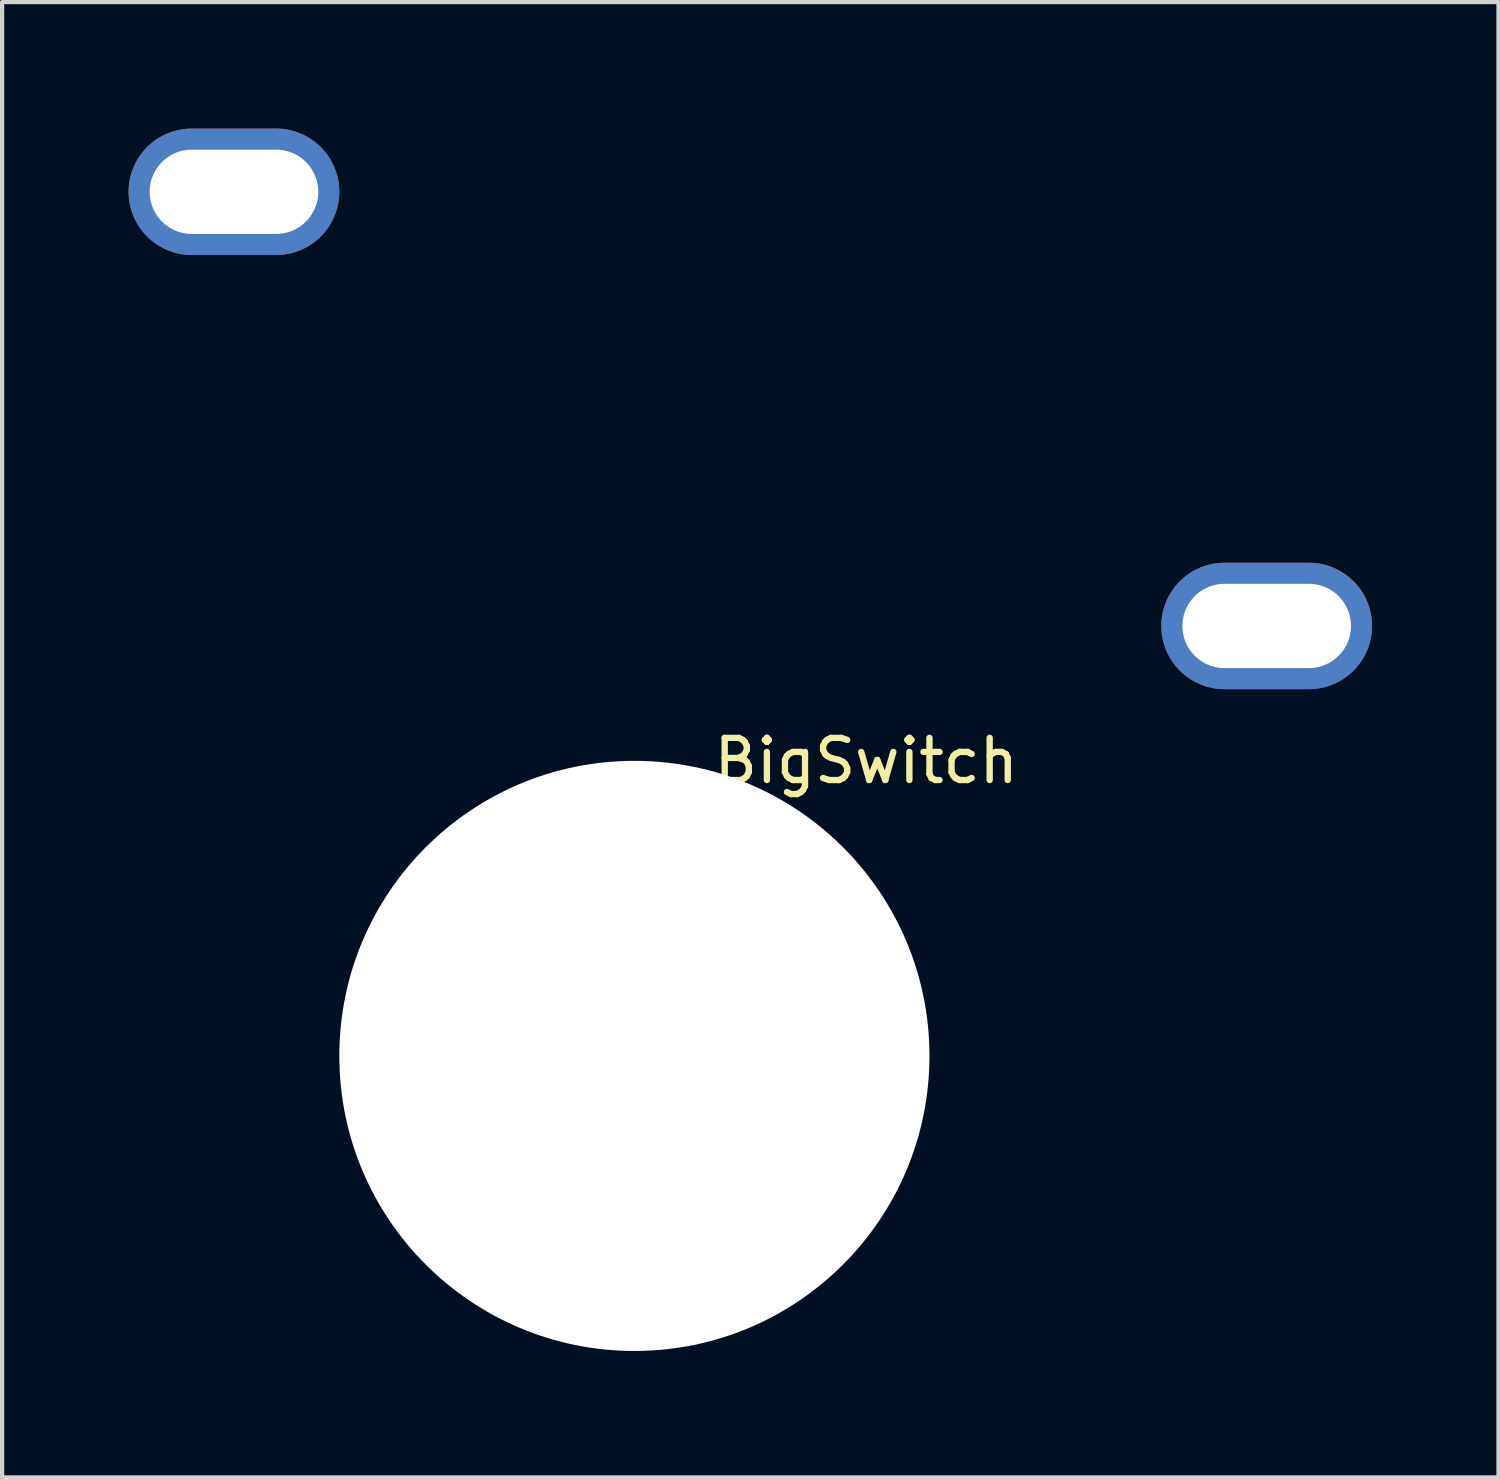
<source format=kicad_pcb>
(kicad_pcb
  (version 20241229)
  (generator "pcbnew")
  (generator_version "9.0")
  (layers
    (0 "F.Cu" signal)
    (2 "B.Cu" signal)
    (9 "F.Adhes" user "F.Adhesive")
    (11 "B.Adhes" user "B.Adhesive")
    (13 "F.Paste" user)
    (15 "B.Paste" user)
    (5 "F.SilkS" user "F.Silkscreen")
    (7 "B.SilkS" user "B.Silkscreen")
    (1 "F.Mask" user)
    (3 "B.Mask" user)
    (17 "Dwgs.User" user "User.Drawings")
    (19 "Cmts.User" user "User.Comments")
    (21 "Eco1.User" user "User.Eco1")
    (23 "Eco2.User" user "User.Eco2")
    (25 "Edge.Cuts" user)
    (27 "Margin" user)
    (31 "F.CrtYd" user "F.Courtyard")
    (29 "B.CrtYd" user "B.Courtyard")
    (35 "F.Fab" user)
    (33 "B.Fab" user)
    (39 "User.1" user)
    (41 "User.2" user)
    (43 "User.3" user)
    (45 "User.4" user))
  (footprint "BigSwitch"
    (layer "F.Cu")
    (at 12 22)
    (property "Reference" "BigSwitch" (at 5.5 -7 0) (layer "F.SilkS") (effects (font (size 1 1) (thickness 0.15))))
    (attr through_hole)
    (pad "" np_thru_hole circle (at 0 0) (size 14 14) (drill 14) (layers "*.Cu" "*.Mask"))
    (pad "1" thru_hole oval (at -9.5 -20.5) (size 5 3) (drill oval 4 2) (layers "*.Cu" "*.Mask"))
    (pad "2" thru_hole oval (at 15 -10.2) (size 5 3) (drill oval 4 2) (layers "*.Cu" "*.Mask")))
  (gr_rect
    (start -3 -3)
    (end 32.5 32)
    (stroke (width 0.1) (type default))
    (fill no)
    (layer "Edge.Cuts")))
</source>
